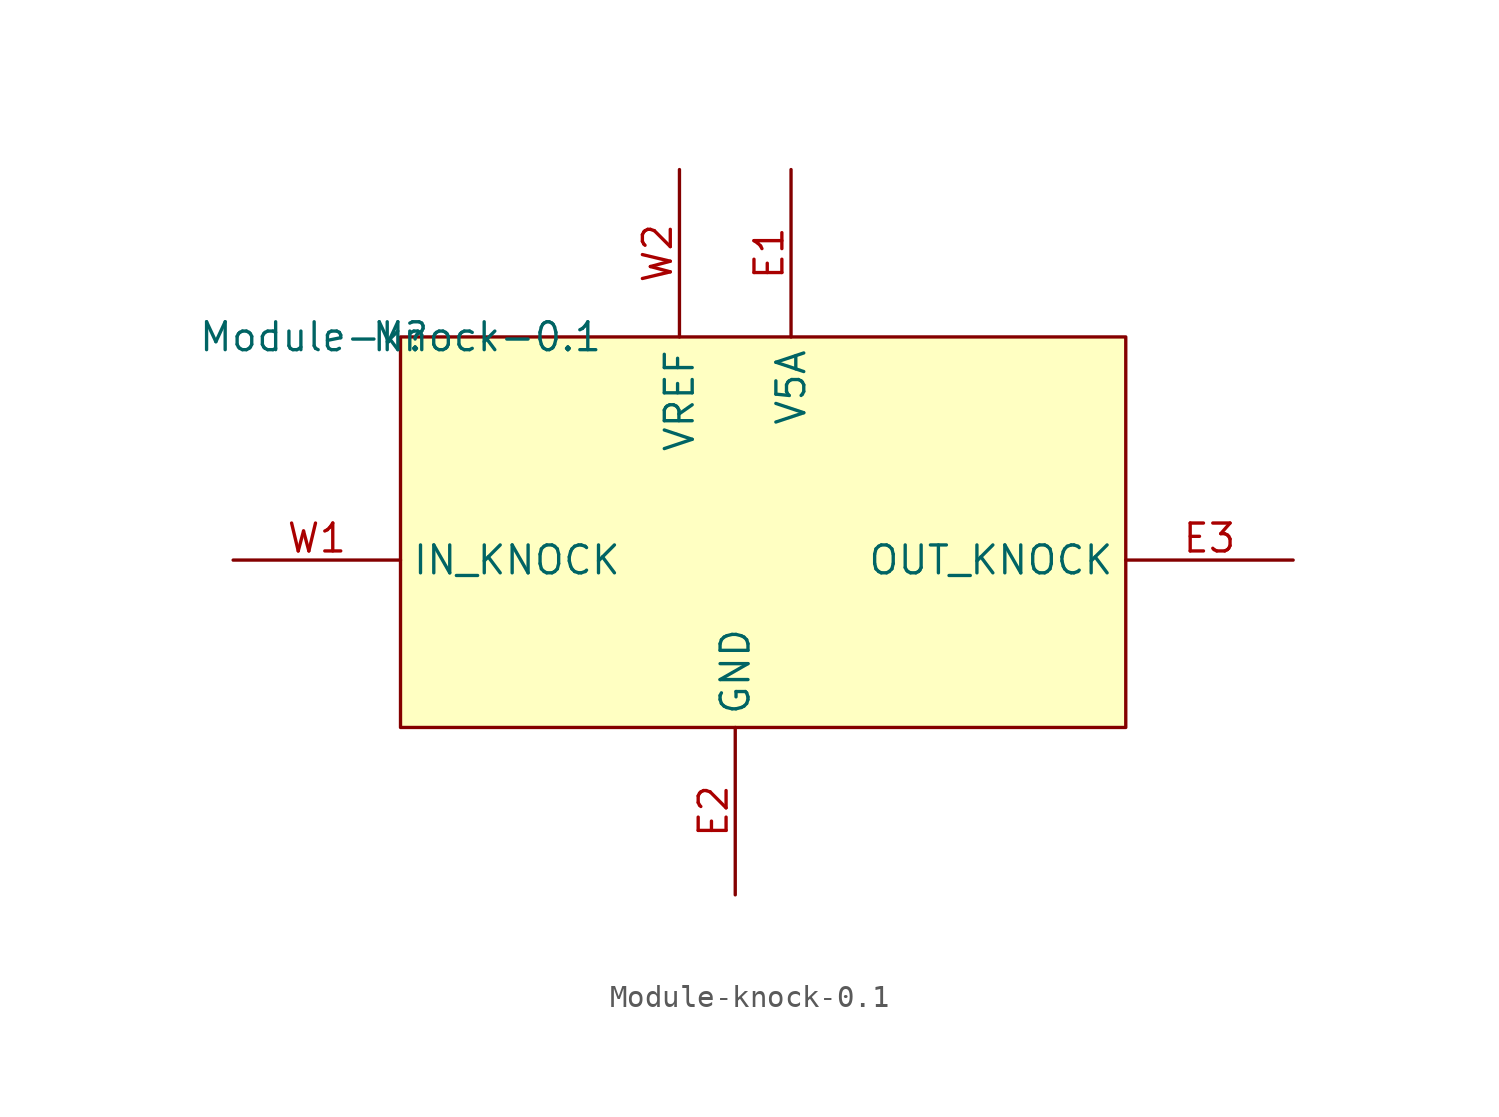
<source format=kicad_sym>
(kicad_symbol_lib
  (version 20201005)
  (generator kicad_symbol_editor)
  (symbol "knock:Module-knock-0.1"
    (property "Reference" "M"
      (at 0 0 0)
      (effects (font (size 1.27 1.27))))
    (property "Value" "Module-knock-0.1"
      (at 0 0 0)
      (effects (font (size 1.27 1.27))))
    (symbol "Module-knock-0.1_1_0"
      (rectangle (start 33.02 0) (end 0 -17.78) (stroke (width 0)) (fill (type background)))
      (pin passive line (at -7.62 -10.16 0) (length 7.62) (name "IN_KNOCK" (effects (font (size 1.27 1.27)))) (number "W1" (effects (font (size 1.27 1.27)))))
      (pin passive line (at 12.7 7.62 270) (length 7.62) (name "VREF" (effects (font (size 1.27 1.27)))) (number "W2" (effects (font (size 1.27 1.27)))))
      (pin passive line (at 40.64 -10.16 180) (length 7.62) (name "OUT_KNOCK" (effects (font (size 1.27 1.27)))) (number "E3" (effects (font (size 1.27 1.27)))))
      (pin passive line (at 15.24 -25.4 90) (length 7.62) (name "GND" (effects (font (size 1.27 1.27)))) (number "E2" (effects (font (size 1.27 1.27)))))
      (pin passive line (at 17.78 7.62 270) (length 7.62) (name "V5A" (effects (font (size 1.27 1.27)))) (number "E1" (effects (font (size 1.27 1.27))))))))
</source>
